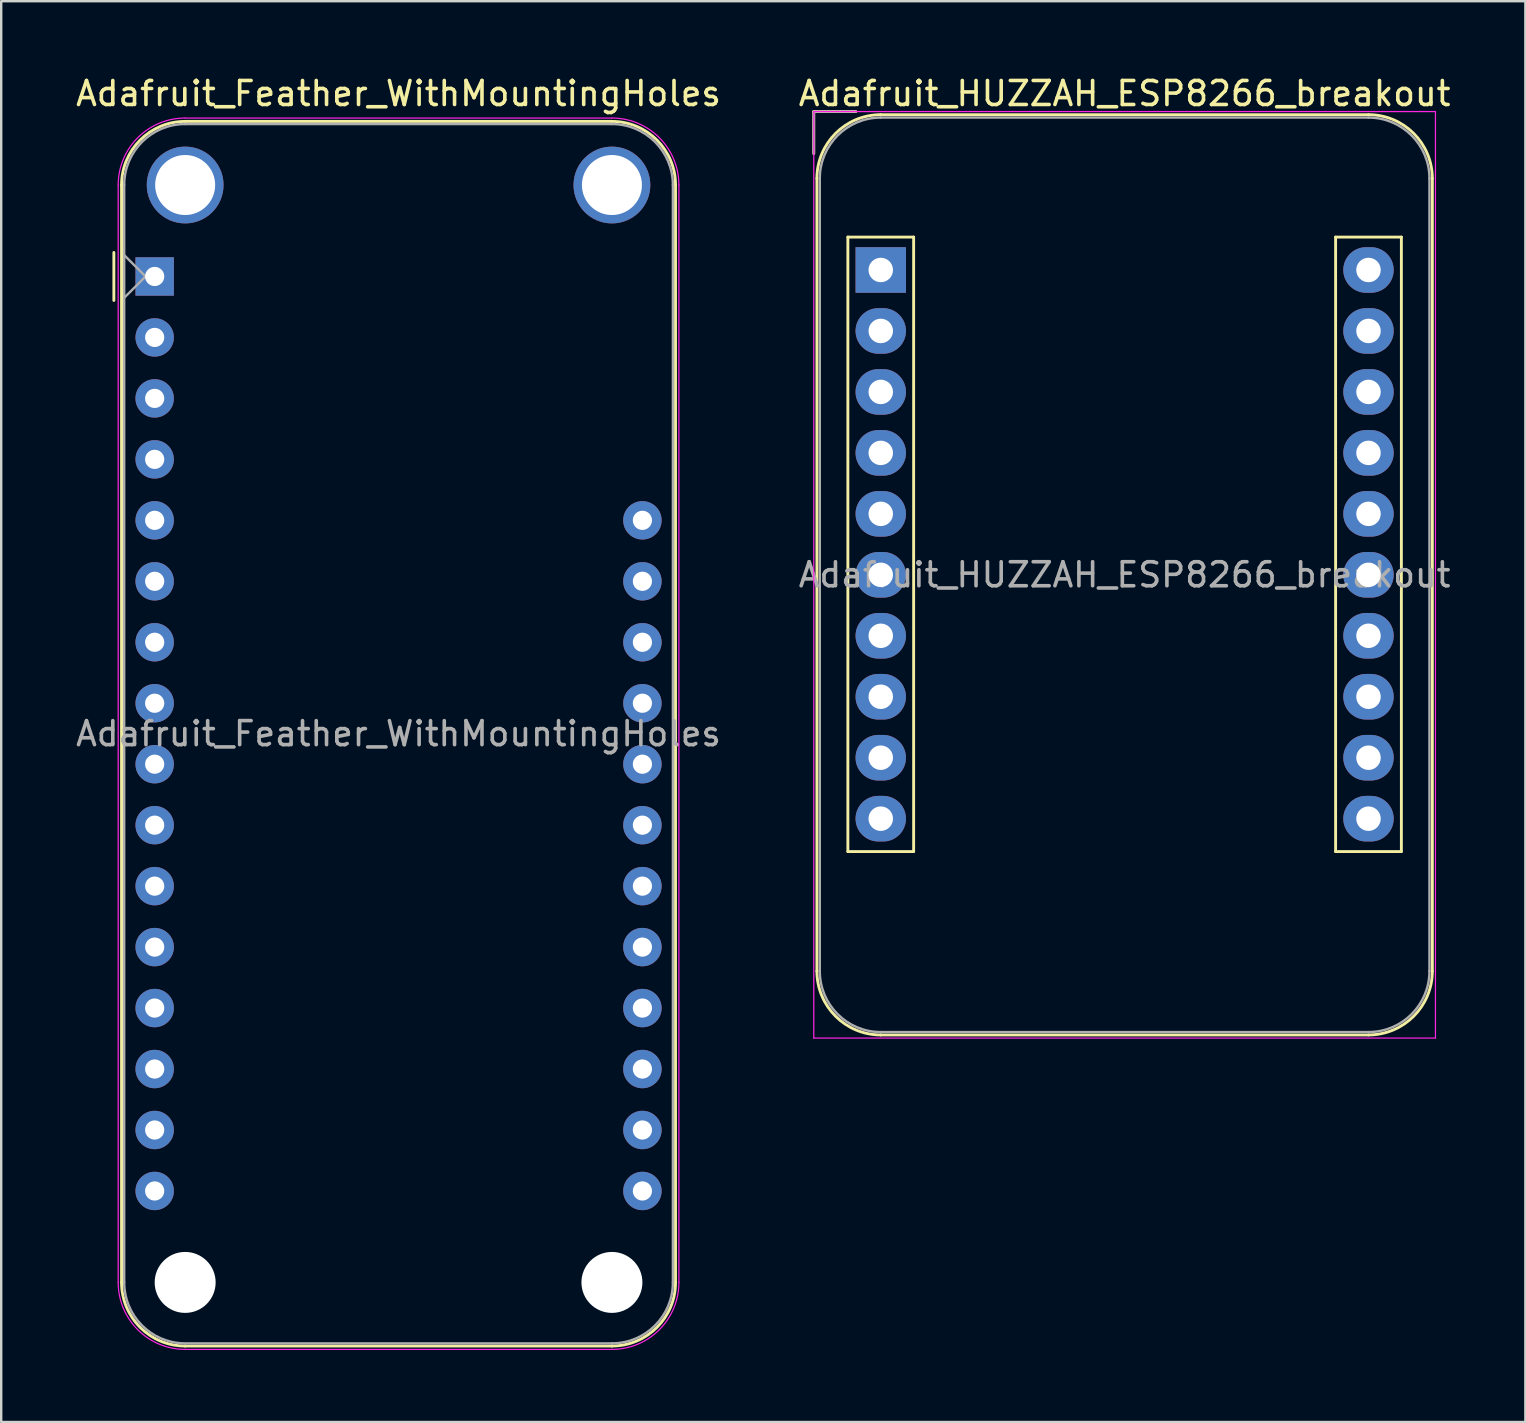
<source format=kicad_pcb>
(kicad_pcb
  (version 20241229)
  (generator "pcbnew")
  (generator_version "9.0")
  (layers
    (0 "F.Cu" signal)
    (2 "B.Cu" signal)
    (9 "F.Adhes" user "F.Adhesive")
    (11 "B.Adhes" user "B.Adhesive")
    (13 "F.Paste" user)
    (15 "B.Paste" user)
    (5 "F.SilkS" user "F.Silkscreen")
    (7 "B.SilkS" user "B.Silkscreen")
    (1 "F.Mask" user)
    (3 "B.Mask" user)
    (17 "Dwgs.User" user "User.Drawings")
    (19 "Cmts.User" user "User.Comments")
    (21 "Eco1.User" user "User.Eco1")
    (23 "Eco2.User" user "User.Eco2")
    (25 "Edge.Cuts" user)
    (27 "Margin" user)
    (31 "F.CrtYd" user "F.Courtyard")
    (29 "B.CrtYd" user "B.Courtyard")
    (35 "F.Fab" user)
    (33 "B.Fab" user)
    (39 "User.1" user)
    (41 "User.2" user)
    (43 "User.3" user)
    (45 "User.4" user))
  (footprint "Adafruit_Feather_WithMountingHoles"
    (layer "F.Cu")
    (at 3.394 8.468)
    (property "Reference" "Adafruit_Feather_WithMountingHoles" (at 10.16 -7.62 0) (layer "F.SilkS") (effects (font (size 1 1) (thickness 0.15))))
    (attr through_hole)
    (fp_line (start -1.7 1) (end -1.7 -1) (stroke (width 0.12) (type solid)) (layer "F.SilkS"))
    (fp_line (start -1.38 -3.81) (end -1.38 41.91) (stroke (width 0.12) (type solid)) (layer "F.SilkS"))
    (fp_line (start 19.05 -6.46) (end 1.27 -6.46) (stroke (width 0.12) (type solid)) (layer "F.SilkS"))
    (fp_line (start 19.05 44.56) (end 1.27 44.56) (stroke (width 0.12) (type solid)) (layer "F.SilkS"))
    (fp_line (start 21.7 -3.81) (end 21.7 41.91) (stroke (width 0.12) (type solid)) (layer "F.SilkS"))
    (fp_arc (start -1.38 -3.81) (mid -0.603833 -5.683833) (end 1.27 -6.46) (stroke (width 0.12) (type solid)) (layer "F.SilkS"))
    (fp_arc (start 1.27 44.56) (mid -0.603833 43.783833) (end -1.38 41.91) (stroke (width 0.12) (type solid)) (layer "F.SilkS"))
    (fp_arc (start 19.05 -6.46) (mid 20.923833 -5.683833) (end 21.7 -3.81) (stroke (width 0.12) (type solid)) (layer "F.SilkS"))
    (fp_arc (start 21.7 41.91) (mid 20.923833 43.783833) (end 19.05 44.56) (stroke (width 0.12) (type solid)) (layer "F.SilkS"))
    (fp_line (start -1.52 41.91) (end -1.52 -3.81) (stroke (width 0.05) (type solid)) (layer "F.CrtYd"))
    (fp_line (start 19.05 -6.6) (end 1.27 -6.6) (stroke (width 0.05) (type solid)) (layer "F.CrtYd"))
    (fp_line (start 19.05 44.7) (end 1.27 44.7) (stroke (width 0.05) (type solid)) (layer "F.CrtYd"))
    (fp_line (start 21.84 41.91) (end 21.84 -3.81) (stroke (width 0.05) (type solid)) (layer "F.CrtYd"))
    (fp_arc (start -1.52 -3.81) (mid -0.702828 -5.782828) (end 1.27 -6.6) (stroke (width 0.05) (type solid)) (layer "F.CrtYd"))
    (fp_arc (start 1.27 44.7) (mid -0.702828 43.882828) (end -1.52 41.91) (stroke (width 0.05) (type solid)) (layer "F.CrtYd"))
    (fp_arc (start 19.05 -6.6) (mid 21.022828 -5.782828) (end 21.84 -3.81) (stroke (width 0.05) (type solid)) (layer "F.CrtYd"))
    (fp_arc (start 21.84 41.91) (mid 21.022828 43.882828) (end 19.05 44.7) (stroke (width 0.05) (type solid)) (layer "F.CrtYd"))
    (fp_line (start -1.27 -3.81) (end -1.27 41.91) (stroke (width 0.1) (type solid)) (layer "F.Fab"))
    (fp_line (start -1.27 -0.889) (end -0.381 0) (stroke (width 0.1) (type solid)) (layer "F.Fab"))
    (fp_line (start -0.381 0) (end -1.27 0.889) (stroke (width 0.1) (type solid)) (layer "F.Fab"))
    (fp_line (start 1.27 44.45) (end 19.05 44.45) (stroke (width 0.1) (type solid)) (layer "F.Fab"))
    (fp_line (start 19.05 -6.35) (end 1.27 -6.35) (stroke (width 0.1) (type solid)) (layer "F.Fab"))
    (fp_line (start 21.59 41.91) (end 21.59 -3.81) (stroke (width 0.1) (type solid)) (layer "F.Fab"))
    (fp_arc (start -1.27 -3.81) (mid -0.526051 -5.606051) (end 1.27 -6.35) (stroke (width 0.1) (type solid)) (layer "F.Fab"))
    (fp_arc (start 1.221238 44.449532) (mid -0.543209 43.688728) (end -1.27 41.91) (stroke (width 0.1) (type solid)) (layer "F.Fab"))
    (fp_arc (start 19.05 -6.35) (mid 20.846051 -5.606051) (end 21.59 -3.81) (stroke (width 0.1) (type solid)) (layer "F.Fab"))
    (fp_arc (start 21.59 41.91) (mid 20.846051 43.706051) (end 19.05 44.45) (stroke (width 0.1) (type solid)) (layer "F.Fab"))
    (fp_text user "${REFERENCE}" (at 10.16 19.05 180) (layer "F.Fab") (effects (font (size 1 1) (thickness 0.15))))
    (pad "" np_thru_hole circle (at 1.27 -3.81 270) (size 3.2 3.2) (drill 2.5) (layers "*.Cu" "*.Mask"))
    (pad "" np_thru_hole circle (at 1.27 41.91 270) (size 2.54 2.54) (drill 2.54) (layers "*.Cu" "*.Mask"))
    (pad "" np_thru_hole circle (at 19.05 -3.81 270) (size 3.2 3.2) (drill 2.5) (layers "*.Cu" "*.Mask"))
    (pad "" np_thru_hole circle (at 19.05 41.91 270) (size 2.54 2.54) (drill 2.54) (layers "*.Cu" "*.Mask"))
    (pad "1" thru_hole rect (at 0 0 180) (size 1.6 1.6) (drill 0.8) (layers "*.Cu" "*.Mask"))
    (pad "2" thru_hole circle (at 0 2.54 180) (size 1.6 1.6) (drill 0.8) (layers "*.Cu" "*.Mask"))
    (pad "3" thru_hole circle (at 0 5.08 180) (size 1.6 1.6) (drill 0.8) (layers "*.Cu" "*.Mask"))
    (pad "4" thru_hole circle (at 0 7.62 180) (size 1.6 1.6) (drill 0.8) (layers "*.Cu" "*.Mask"))
    (pad "5" thru_hole circle (at 0 10.16 180) (size 1.6 1.6) (drill 0.8) (layers "*.Cu" "*.Mask"))
    (pad "6" thru_hole circle (at 0 12.7 180) (size 1.6 1.6) (drill 0.8) (layers "*.Cu" "*.Mask"))
    (pad "7" thru_hole circle (at 0 15.24 180) (size 1.6 1.6) (drill 0.8) (layers "*.Cu" "*.Mask"))
    (pad "8" thru_hole circle (at 0 17.78 180) (size 1.6 1.6) (drill 0.8) (layers "*.Cu" "*.Mask"))
    (pad "9" thru_hole circle (at 0 20.32 180) (size 1.6 1.6) (drill 0.8) (layers "*.Cu" "*.Mask"))
    (pad "10" thru_hole circle (at 0 22.86 180) (size 1.6 1.6) (drill 0.8) (layers "*.Cu" "*.Mask"))
    (pad "11" thru_hole circle (at 0 25.4 180) (size 1.6 1.6) (drill 0.8) (layers "*.Cu" "*.Mask"))
    (pad "12" thru_hole circle (at 0 27.94 180) (size 1.6 1.6) (drill 0.8) (layers "*.Cu" "*.Mask"))
    (pad "13" thru_hole circle (at 0 30.48 180) (size 1.6 1.6) (drill 0.8) (layers "*.Cu" "*.Mask"))
    (pad "14" thru_hole circle (at 0 33.02 180) (size 1.6 1.6) (drill 0.8) (layers "*.Cu" "*.Mask"))
    (pad "15" thru_hole circle (at 0 35.56 180) (size 1.6 1.6) (drill 0.8) (layers "*.Cu" "*.Mask"))
    (pad "16" thru_hole circle (at 0 38.1 180) (size 1.6 1.6) (drill 0.8) (layers "*.Cu" "*.Mask"))
    (pad "17" thru_hole circle (at 20.32 38.1 180) (size 1.6 1.6) (drill 0.8) (layers "*.Cu" "*.Mask"))
    (pad "18" thru_hole circle (at 20.32 35.56 180) (size 1.6 1.6) (drill 0.8) (layers "*.Cu" "*.Mask"))
    (pad "19" thru_hole circle (at 20.32 33.02 180) (size 1.6 1.6) (drill 0.8) (layers "*.Cu" "*.Mask"))
    (pad "20" thru_hole circle (at 20.32 30.48 180) (size 1.6 1.6) (drill 0.8) (layers "*.Cu" "*.Mask"))
    (pad "21" thru_hole circle (at 20.32 27.94 180) (size 1.6 1.6) (drill 0.8) (layers "*.Cu" "*.Mask"))
    (pad "22" thru_hole circle (at 20.32 25.4 180) (size 1.6 1.6) (drill 0.8) (layers "*.Cu" "*.Mask"))
    (pad "23" thru_hole circle (at 20.32 22.86 180) (size 1.6 1.6) (drill 0.8) (layers "*.Cu" "*.Mask"))
    (pad "24" thru_hole circle (at 20.32 20.32 180) (size 1.6 1.6) (drill 0.8) (layers "*.Cu" "*.Mask"))
    (pad "25" thru_hole circle (at 20.32 17.78 180) (size 1.6 1.6) (drill 0.8) (layers "*.Cu" "*.Mask"))
    (pad "26" thru_hole circle (at 20.32 15.24 180) (size 1.6 1.6) (drill 0.8) (layers "*.Cu" "*.Mask"))
    (pad "27" thru_hole circle (at 20.32 12.7 180) (size 1.6 1.6) (drill 0.8) (layers "*.Cu" "*.Mask"))
    (pad "28" thru_hole circle (at 20.32 10.16 180) (size 1.6 1.6) (drill 0.8) (layers "*.Cu" "*.Mask")))
  (footprint "Adafruit_HUZZAH_ESP8266_breakout"
    (layer "F.Cu")
    (at 33.644 8.198)
    (property "Reference" "Adafruit_HUZZAH_ESP8266_breakout" (at 10.16 -7.35 0) (layer "F.SilkS") (effects (font (size 1 1) (thickness 0.15))))
    (attr through_hole)
    (fp_line (start -2.79 -6.6) (end -1.04 -6.6) (stroke (width 0.12) (type solid)) (layer "F.SilkS"))
    (fp_line (start -2.79 -4.85) (end -2.79 -6.6) (stroke (width 0.12) (type solid)) (layer "F.SilkS"))
    (fp_line (start -2.66 -3.81) (end -2.66 29.21) (stroke (width 0.12) (type solid)) (layer "F.SilkS"))
    (fp_line (start -1.37 -1.37) (end -1.37 24.23) (stroke (width 0.12) (type solid)) (layer "F.SilkS"))
    (fp_line (start -1.37 24.23) (end 1.37 24.23) (stroke (width 0.12) (type solid)) (layer "F.SilkS"))
    (fp_line (start 0 -6.47) (end 20.32 -6.47) (stroke (width 0.12) (type solid)) (layer "F.SilkS"))
    (fp_line (start 0 31.87) (end 20.32 31.87) (stroke (width 0.12) (type solid)) (layer "F.SilkS"))
    (fp_line (start 1.37 -1.37) (end -1.37 -1.37) (stroke (width 0.12) (type solid)) (layer "F.SilkS"))
    (fp_line (start 1.37 24.23) (end 1.37 -1.37) (stroke (width 0.12) (type solid)) (layer "F.SilkS"))
    (fp_line (start 18.95 -1.37) (end 18.95 24.23) (stroke (width 0.12) (type solid)) (layer "F.SilkS"))
    (fp_line (start 18.95 24.23) (end 21.69 24.23) (stroke (width 0.12) (type solid)) (layer "F.SilkS"))
    (fp_line (start 21.69 -1.37) (end 18.95 -1.37) (stroke (width 0.12) (type solid)) (layer "F.SilkS"))
    (fp_line (start 21.69 24.23) (end 21.69 -1.37) (stroke (width 0.12) (type solid)) (layer "F.SilkS"))
    (fp_line (start 22.98 -3.81) (end 22.98 29.21) (stroke (width 0.12) (type solid)) (layer "F.SilkS"))
    (fp_arc (start -2.66 -3.81) (mid -1.880904 -5.690904) (end 0 -6.47) (stroke (width 0.12) (type solid)) (layer "F.SilkS"))
    (fp_arc (start 0 31.87) (mid -1.880904 31.090904) (end -2.66 29.21) (stroke (width 0.12) (type solid)) (layer "F.SilkS"))
    (fp_arc (start 20.32 -6.47) (mid 22.200904 -5.690904) (end 22.98 -3.81) (stroke (width 0.12) (type solid)) (layer "F.SilkS"))
    (fp_arc (start 22.98 29.21) (mid 22.200904 31.090904) (end 20.32 31.87) (stroke (width 0.12) (type solid)) (layer "F.SilkS"))
    (fp_line (start -2.79 -6.6) (end -2.79 32) (stroke (width 0.05) (type solid)) (layer "F.CrtYd"))
    (fp_line (start -2.79 32) (end 23.11 32) (stroke (width 0.05) (type solid)) (layer "F.CrtYd"))
    (fp_line (start 23.11 -6.6) (end -2.79 -6.6) (stroke (width 0.05) (type solid)) (layer "F.CrtYd"))
    (fp_line (start 23.11 32) (end 23.11 -6.6) (stroke (width 0.05) (type solid)) (layer "F.CrtYd"))
    (fp_line (start -2.79 -6.6) (end -1.04 -6.6) (stroke (width 0.1) (type solid)) (layer "F.Fab"))
    (fp_line (start -2.79 -4.85) (end -2.79 -6.6) (stroke (width 0.1) (type solid)) (layer "F.Fab"))
    (fp_line (start -2.54 -3.81) (end -2.54 29.21) (stroke (width 0.1) (type solid)) (layer "F.Fab"))
    (fp_line (start 0 -6.35) (end 20.32 -6.35) (stroke (width 0.1) (type solid)) (layer "F.Fab"))
    (fp_line (start 0 31.75) (end 20.32 31.75) (stroke (width 0.1) (type solid)) (layer "F.Fab"))
    (fp_line (start 22.86 -3.81) (end 22.86 29.21) (stroke (width 0.1) (type solid)) (layer "F.Fab"))
    (fp_arc (start -2.54 -3.81) (mid -1.796051 -5.606051) (end 0 -6.35) (stroke (width 0.1) (type solid)) (layer "F.Fab"))
    (fp_arc (start 0 31.75) (mid -1.796051 31.006051) (end -2.54 29.21) (stroke (width 0.1) (type solid)) (layer "F.Fab"))
    (fp_arc (start 20.32 -6.35) (mid 22.116051 -5.606051) (end 22.86 -3.81) (stroke (width 0.1) (type solid)) (layer "F.Fab"))
    (fp_arc (start 22.86 29.21) (mid 22.116051 31.006051) (end 20.32 31.75) (stroke (width 0.1) (type solid)) (layer "F.Fab"))
    (fp_text user "${REFERENCE}" (at 10.16 12.7 0) (layer "F.Fab") (effects (font (size 1 1) (thickness 0.15))))
    (pad "1" thru_hole rect (at 0 0) (size 2.1 1.9) (drill 1.02) (layers "*.Cu" "*.Mask"))
    (pad "2" thru_hole oval (at 0 2.54) (size 2.1 1.9) (drill 1.02) (layers "*.Cu" "*.Mask"))
    (pad "3" thru_hole oval (at 0 5.08) (size 2.1 1.9) (drill 1.02) (layers "*.Cu" "*.Mask"))
    (pad "4" thru_hole oval (at 0 7.62) (size 2.1 1.9) (drill 1.02) (layers "*.Cu" "*.Mask"))
    (pad "5" thru_hole oval (at 0 10.16) (size 2.1 1.9) (drill 1.02) (layers "*.Cu" "*.Mask"))
    (pad "6" thru_hole oval (at 0 12.7) (size 2.1 1.9) (drill 1.02) (layers "*.Cu" "*.Mask"))
    (pad "7" thru_hole oval (at 0 15.24) (size 2.1 1.9) (drill 1.02) (layers "*.Cu" "*.Mask"))
    (pad "8" thru_hole oval (at 0 17.78) (size 2.1 1.9) (drill 1.02) (layers "*.Cu" "*.Mask"))
    (pad "9" thru_hole oval (at 0 20.32) (size 2.1 1.9) (drill 1.02) (layers "*.Cu" "*.Mask"))
    (pad "10" thru_hole oval (at 0 22.86) (size 2.1 1.9) (drill 1.02) (layers "*.Cu" "*.Mask"))
    (pad "11" thru_hole oval (at 20.32 22.86) (size 2.1 1.9) (drill 1.02) (layers "*.Cu" "*.Mask"))
    (pad "12" thru_hole oval (at 20.32 20.32) (size 2.1 1.9) (drill 1.02) (layers "*.Cu" "*.Mask"))
    (pad "13" thru_hole oval (at 20.32 17.78) (size 2.1 1.9) (drill 1.02) (layers "*.Cu" "*.Mask"))
    (pad "14" thru_hole oval (at 20.32 15.24) (size 2.1 1.9) (drill 1.02) (layers "*.Cu" "*.Mask"))
    (pad "15" thru_hole oval (at 20.32 12.7) (size 2.1 1.9) (drill 1.02) (layers "*.Cu" "*.Mask"))
    (pad "16" thru_hole oval (at 20.32 10.16) (size 2.1 1.9) (drill 1.02) (layers "*.Cu" "*.Mask"))
    (pad "17" thru_hole oval (at 20.32 7.62) (size 2.1 1.9) (drill 1.02) (layers "*.Cu" "*.Mask"))
    (pad "18" thru_hole oval (at 20.32 5.08) (size 2.1 1.9) (drill 1.02) (layers "*.Cu" "*.Mask"))
    (pad "19" thru_hole oval (at 20.32 2.54) (size 2.1 1.9) (drill 1.02) (layers "*.Cu" "*.Mask"))
    (pad "20" thru_hole oval (at 20.32 0) (size 2.1 1.9) (drill 1.02) (layers "*.Cu" "*.Mask")))
  (gr_rect
    (start -3 -3)
    (end 60.5 56.193)
    (stroke (width 0.1) (type default))
    (fill no)
    (layer "Edge.Cuts")))
</source>
